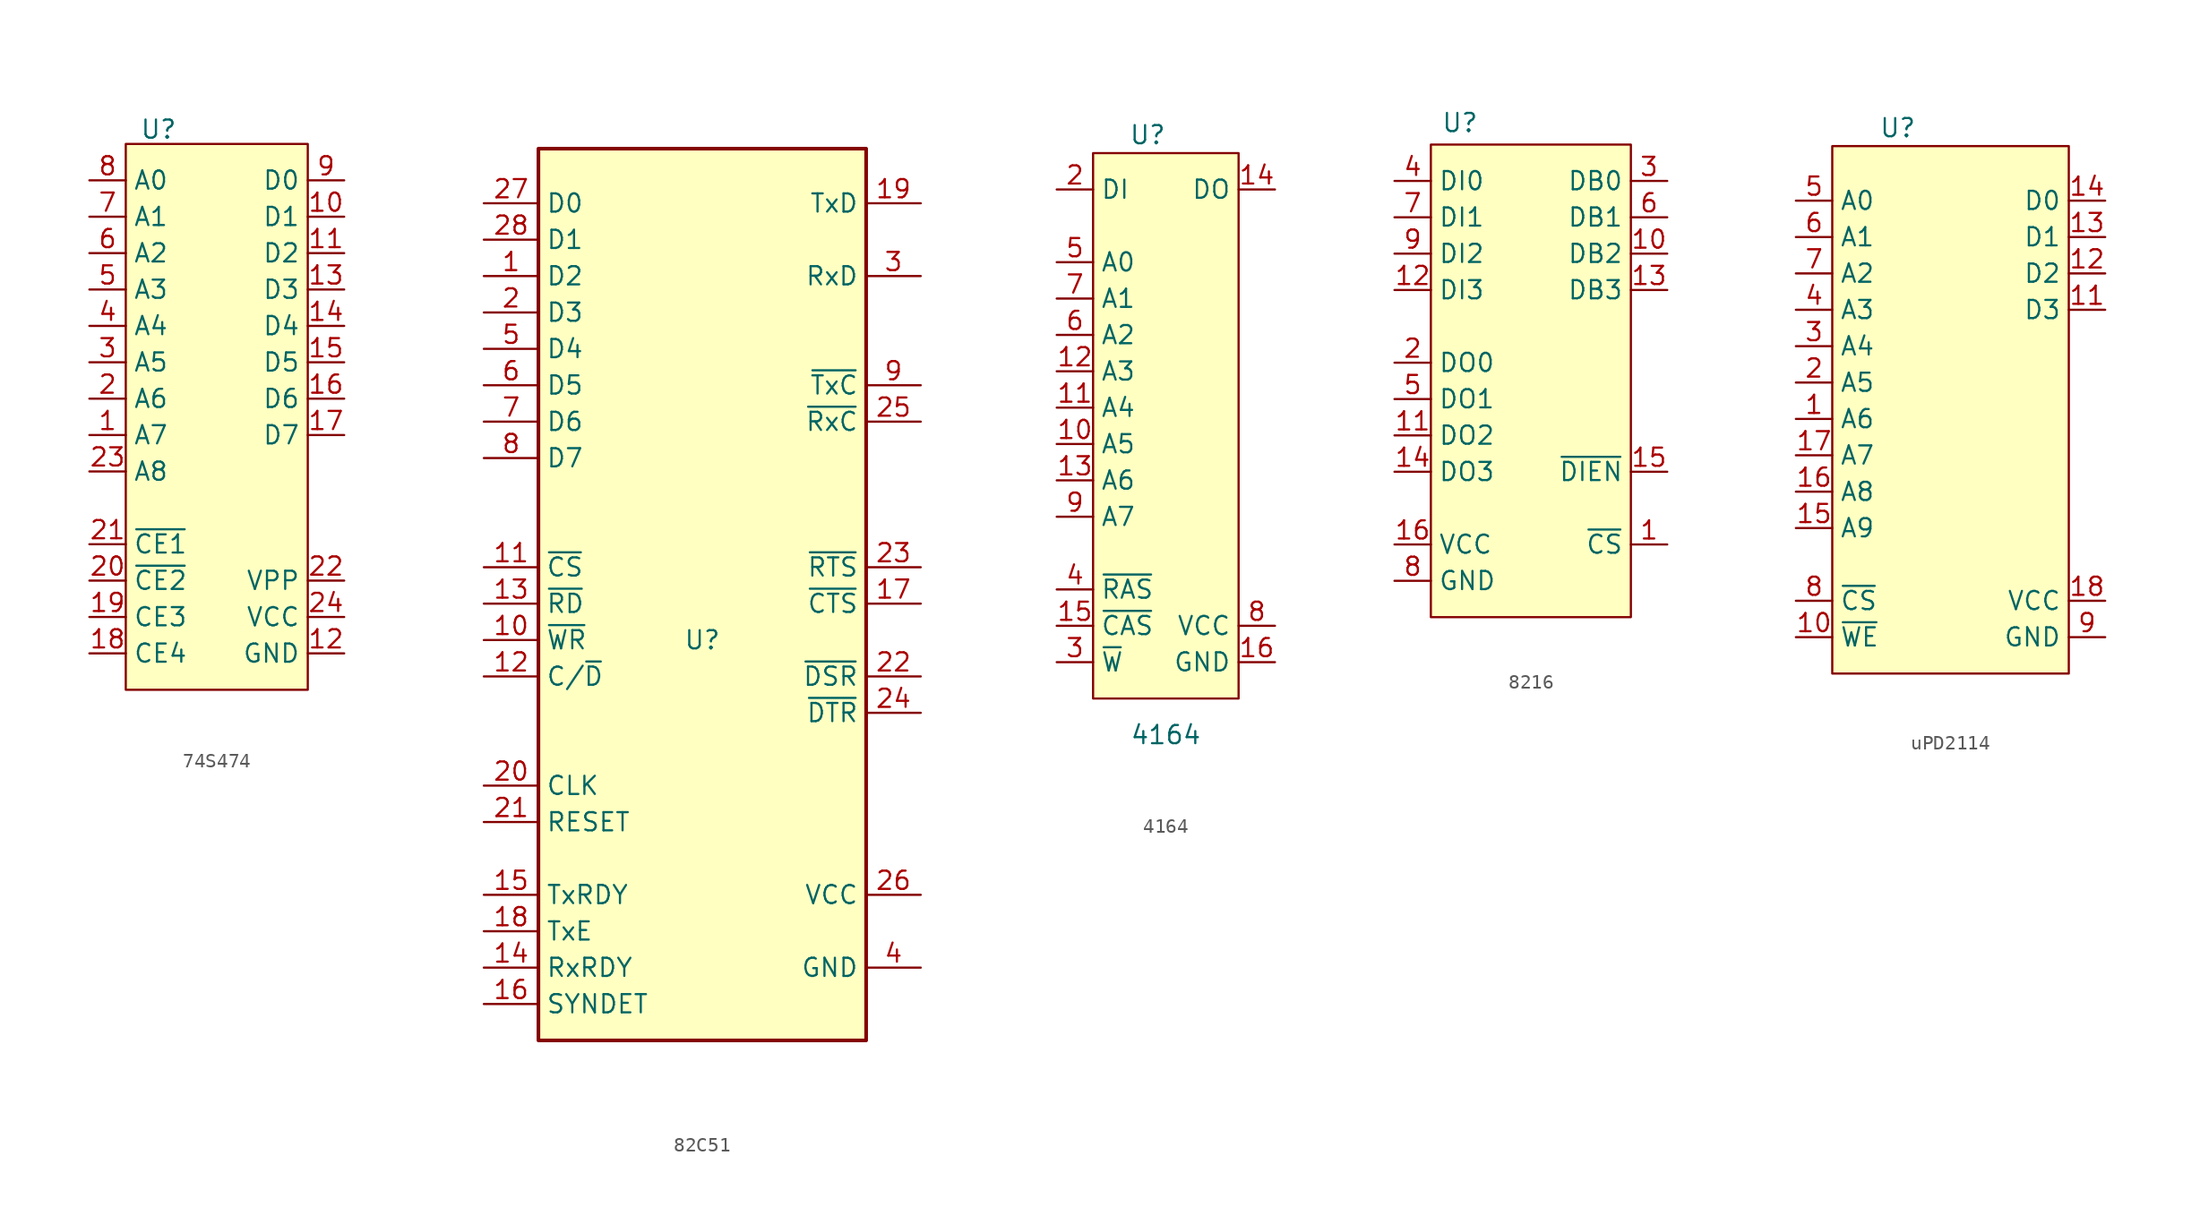
<source format=kicad_sym>
(kicad_symbol_lib
  (version 20231120)
  (generator "kicad_symbol_editor")
  (generator_version "8.0")
  (symbol "74S474"
    (property "Reference" "U"
      (at 2.286 1.016 0)
      (effects (font (size 1.27 1.27))))
    (property "Value" ""
      (at 0 0 0)
      (effects (font (size 1.27 1.27))))
    (symbol "74S474_1_1"
      (rectangle (start 0 0) (end 12.7 -38.1) (stroke (width 0) (type default)) (fill (type background)))
      (pin input line (at -2.54 -20.32 0) (length 2.54) (name "A7" (effects (font (size 1.27 1.27)))) (number "1" (effects (font (size 1.27 1.27)))))
      (pin output line (at 15.24 -5.08 180) (length 2.54) (name "D1" (effects (font (size 1.27 1.27)))) (number "10" (effects (font (size 1.27 1.27)))))
      (pin output line (at 15.24 -7.62 180) (length 2.54) (name "D2" (effects (font (size 1.27 1.27)))) (number "11" (effects (font (size 1.27 1.27)))))
      (pin power_in line (at 15.24 -35.56 180) (length 2.54) (name "GND" (effects (font (size 1.27 1.27)))) (number "12" (effects (font (size 1.27 1.27)))))
      (pin output line (at 15.24 -10.16 180) (length 2.54) (name "D3" (effects (font (size 1.27 1.27)))) (number "13" (effects (font (size 1.27 1.27)))))
      (pin output line (at 15.24 -12.7 180) (length 2.54) (name "D4" (effects (font (size 1.27 1.27)))) (number "14" (effects (font (size 1.27 1.27)))))
      (pin output line (at 15.24 -15.24 180) (length 2.54) (name "D5" (effects (font (size 1.27 1.27)))) (number "15" (effects (font (size 1.27 1.27)))))
      (pin output line (at 15.24 -17.78 180) (length 2.54) (name "D6" (effects (font (size 1.27 1.27)))) (number "16" (effects (font (size 1.27 1.27)))))
      (pin output line (at 15.24 -20.32 180) (length 2.54) (name "D7" (effects (font (size 1.27 1.27)))) (number "17" (effects (font (size 1.27 1.27)))))
      (pin input line (at -2.54 -35.56 0) (length 2.54) (name "CE4" (effects (font (size 1.27 1.27)))) (number "18" (effects (font (size 1.27 1.27)))))
      (pin input line (at -2.54 -33.02 0) (length 2.54) (name "CE3" (effects (font (size 1.27 1.27)))) (number "19" (effects (font (size 1.27 1.27)))))
      (pin input line (at -2.54 -17.78 0) (length 2.54) (name "A6" (effects (font (size 1.27 1.27)))) (number "2" (effects (font (size 1.27 1.27)))))
      (pin input line (at -2.54 -30.48 0) (length 2.54) (name "~{CE2}" (effects (font (size 1.27 1.27)))) (number "20" (effects (font (size 1.27 1.27)))))
      (pin input line (at -2.54 -27.94 0) (length 2.54) (name "~{CE1}" (effects (font (size 1.27 1.27)))) (number "21" (effects (font (size 1.27 1.27)))))
      (pin power_in line (at 15.24 -30.48 180) (length 2.54) (name "VPP" (effects (font (size 1.27 1.27)))) (number "22" (effects (font (size 1.27 1.27)))))
      (pin input line (at -2.54 -22.86 0) (length 2.54) (name "A8" (effects (font (size 1.27 1.27)))) (number "23" (effects (font (size 1.27 1.27)))))
      (pin power_in line (at 15.24 -33.02 180) (length 2.54) (name "VCC" (effects (font (size 1.27 1.27)))) (number "24" (effects (font (size 1.27 1.27)))))
      (pin input line (at -2.54 -15.24 0) (length 2.54) (name "A5" (effects (font (size 1.27 1.27)))) (number "3" (effects (font (size 1.27 1.27)))))
      (pin input line (at -2.54 -12.7 0) (length 2.54) (name "A4" (effects (font (size 1.27 1.27)))) (number "4" (effects (font (size 1.27 1.27)))))
      (pin input line (at -2.54 -10.16 0) (length 2.54) (name "A3" (effects (font (size 1.27 1.27)))) (number "5" (effects (font (size 1.27 1.27)))))
      (pin input line (at -2.54 -7.62 0) (length 2.54) (name "A2" (effects (font (size 1.27 1.27)))) (number "6" (effects (font (size 1.27 1.27)))))
      (pin input line (at -2.54 -5.08 0) (length 2.54) (name "A1" (effects (font (size 1.27 1.27)))) (number "7" (effects (font (size 1.27 1.27)))))
      (pin input line (at -2.54 -2.54 0) (length 2.54) (name "A0" (effects (font (size 1.27 1.27)))) (number "8" (effects (font (size 1.27 1.27)))))
      (pin output line (at 15.24 -2.54 180) (length 2.54) (name "D0" (effects (font (size 1.27 1.27)))) (number "9" (effects (font (size 1.27 1.27)))))))
  (symbol "82C51"
    (property "Reference" "U"
      (at 0 0 0)
      (effects (font (size 1.27 1.27))))
    (property "Value" ""
      (at 0 0 0)
      (effects (font (size 1.27 1.27))))
    (symbol "82C51_1_1"
      (rectangle (start -11.43 34.29) (end 11.43 -27.94) (stroke (width 0.254) (type default)) (fill (type background)))
      (pin bidirectional line (at -15.24 25.4 0) (length 3.81) (name "D2" (effects (font (size 1.27 1.27)))) (number "1" (effects (font (size 1.27 1.27)))))
      (pin input line (at -15.24 0 0) (length 3.81) (name "~{WR}" (effects (font (size 1.27 1.27)))) (number "10" (effects (font (size 1.27 1.27)))))
      (pin input line (at -15.24 5.08 0) (length 3.81) (name "~{CS}" (effects (font (size 1.27 1.27)))) (number "11" (effects (font (size 1.27 1.27)))))
      (pin input line (at -15.24 -2.54 0) (length 3.81) (name "C/~{D}" (effects (font (size 1.27 1.27)))) (number "12" (effects (font (size 1.27 1.27)))))
      (pin input line (at -15.24 2.54 0) (length 3.81) (name "~{RD}" (effects (font (size 1.27 1.27)))) (number "13" (effects (font (size 1.27 1.27)))))
      (pin output line (at -15.24 -22.86 0) (length 3.81) (name "RxRDY" (effects (font (size 1.27 1.27)))) (number "14" (effects (font (size 1.27 1.27)))))
      (pin output line (at -15.24 -17.78 0) (length 3.81) (name "TxRDY" (effects (font (size 1.27 1.27)))) (number "15" (effects (font (size 1.27 1.27)))))
      (pin bidirectional line (at -15.24 -25.4 0) (length 3.81) (name "SYNDET" (effects (font (size 1.27 1.27)))) (number "16" (effects (font (size 1.27 1.27)))))
      (pin input line (at 15.24 2.54 180) (length 3.81) (name "~{CTS}" (effects (font (size 1.27 1.27)))) (number "17" (effects (font (size 1.27 1.27)))))
      (pin output line (at -15.24 -20.32 0) (length 3.81) (name "TxE" (effects (font (size 1.27 1.27)))) (number "18" (effects (font (size 1.27 1.27)))))
      (pin output line (at 15.24 30.48 180) (length 3.81) (name "TxD" (effects (font (size 1.27 1.27)))) (number "19" (effects (font (size 1.27 1.27)))))
      (pin bidirectional line (at -15.24 22.86 0) (length 3.81) (name "D3" (effects (font (size 1.27 1.27)))) (number "2" (effects (font (size 1.27 1.27)))))
      (pin input line (at -15.24 -10.16 0) (length 3.81) (name "CLK" (effects (font (size 1.27 1.27)))) (number "20" (effects (font (size 1.27 1.27)))))
      (pin input line (at -15.24 -12.7 0) (length 3.81) (name "RESET" (effects (font (size 1.27 1.27)))) (number "21" (effects (font (size 1.27 1.27)))))
      (pin input line (at 15.24 -2.54 180) (length 3.81) (name "~{DSR}" (effects (font (size 1.27 1.27)))) (number "22" (effects (font (size 1.27 1.27)))))
      (pin output line (at 15.24 5.08 180) (length 3.81) (name "~{RTS}" (effects (font (size 1.27 1.27)))) (number "23" (effects (font (size 1.27 1.27)))))
      (pin output line (at 15.24 -5.08 180) (length 3.81) (name "~{DTR}" (effects (font (size 1.27 1.27)))) (number "24" (effects (font (size 1.27 1.27)))))
      (pin input line (at 15.24 15.24 180) (length 3.81) (name "~{RxC}" (effects (font (size 1.27 1.27)))) (number "25" (effects (font (size 1.27 1.27)))))
      (pin power_in line (at 15.24 -17.78 180) (length 3.81) (name "VCC" (effects (font (size 1.27 1.27)))) (number "26" (effects (font (size 1.27 1.27)))))
      (pin bidirectional line (at -15.24 30.48 0) (length 3.81) (name "D0" (effects (font (size 1.27 1.27)))) (number "27" (effects (font (size 1.27 1.27)))))
      (pin bidirectional line (at -15.24 27.94 0) (length 3.81) (name "D1" (effects (font (size 1.27 1.27)))) (number "28" (effects (font (size 1.27 1.27)))))
      (pin input line (at 15.24 25.4 180) (length 3.81) (name "RxD" (effects (font (size 1.27 1.27)))) (number "3" (effects (font (size 1.27 1.27)))))
      (pin power_in line (at 15.24 -22.86 180) (length 3.81) (name "GND" (effects (font (size 1.27 1.27)))) (number "4" (effects (font (size 1.27 1.27)))))
      (pin bidirectional line (at -15.24 20.32 0) (length 3.81) (name "D4" (effects (font (size 1.27 1.27)))) (number "5" (effects (font (size 1.27 1.27)))))
      (pin bidirectional line (at -15.24 17.78 0) (length 3.81) (name "D5" (effects (font (size 1.27 1.27)))) (number "6" (effects (font (size 1.27 1.27)))))
      (pin bidirectional line (at -15.24 15.24 0) (length 3.81) (name "D6" (effects (font (size 1.27 1.27)))) (number "7" (effects (font (size 1.27 1.27)))))
      (pin bidirectional line (at -15.24 12.7 0) (length 3.81) (name "D7" (effects (font (size 1.27 1.27)))) (number "8" (effects (font (size 1.27 1.27)))))
      (pin input line (at 15.24 17.78 180) (length 3.81) (name "~{TxC}" (effects (font (size 1.27 1.27)))) (number "9" (effects (font (size 1.27 1.27)))))))
  (symbol "4164"
    (property "Reference" "U"
      (at 3.81 1.27 0)
      (effects (font (size 1.27 1.27))))
    (property "Value" "4164"
      (at 5.08 -40.64 0)
      (effects (font (size 1.27 1.27))))
    (symbol "4164_1_1"
      (rectangle (start 0 0) (end 10.16 -38.1) (stroke (width 0) (type solid)) (fill (type background)))
      (pin no_connect line (at 12.7 -7.62 180) (length 2.54) hide (name "NC1" (effects (font (size 1.27 1.27)))) (number "1" (effects (font (size 1.27 1.27)))))
      (pin input line (at -2.54 -20.32 0) (length 2.54) (name "A5" (effects (font (size 1.27 1.27)))) (number "10" (effects (font (size 1.27 1.27)))))
      (pin input line (at -2.54 -17.78 0) (length 2.54) (name "A4" (effects (font (size 1.27 1.27)))) (number "11" (effects (font (size 1.27 1.27)))))
      (pin input line (at -2.54 -15.24 0) (length 2.54) (name "A3" (effects (font (size 1.27 1.27)))) (number "12" (effects (font (size 1.27 1.27)))))
      (pin input line (at -2.54 -22.86 0) (length 2.54) (name "A6" (effects (font (size 1.27 1.27)))) (number "13" (effects (font (size 1.27 1.27)))))
      (pin output line (at 12.7 -2.54 180) (length 2.54) (name "DO" (effects (font (size 1.27 1.27)))) (number "14" (effects (font (size 1.27 1.27)))))
      (pin input line (at -2.54 -33.02 0) (length 2.54) (name "~{CAS}" (effects (font (size 1.27 1.27)))) (number "15" (effects (font (size 1.27 1.27)))))
      (pin power_in line (at 12.7 -35.56 180) (length 2.54) (name "GND" (effects (font (size 1.27 1.27)))) (number "16" (effects (font (size 1.27 1.27)))))
      (pin input line (at -2.54 -2.54 0) (length 2.54) (name "DI" (effects (font (size 1.27 1.27)))) (number "2" (effects (font (size 1.27 1.27)))))
      (pin input line (at -2.54 -35.56 0) (length 2.54) (name "~{W}" (effects (font (size 1.27 1.27)))) (number "3" (effects (font (size 1.27 1.27)))))
      (pin input line (at -2.54 -30.48 0) (length 2.54) (name "~{RAS}" (effects (font (size 1.27 1.27)))) (number "4" (effects (font (size 1.27 1.27)))))
      (pin input line (at -2.54 -7.62 0) (length 2.54) (name "A0" (effects (font (size 1.27 1.27)))) (number "5" (effects (font (size 1.27 1.27)))))
      (pin input line (at -2.54 -12.7 0) (length 2.54) (name "A2" (effects (font (size 1.27 1.27)))) (number "6" (effects (font (size 1.27 1.27)))))
      (pin input line (at -2.54 -10.16 0) (length 2.54) (name "A1" (effects (font (size 1.27 1.27)))) (number "7" (effects (font (size 1.27 1.27)))))
      (pin power_in line (at 12.7 -33.02 180) (length 2.54) (name "VCC" (effects (font (size 1.27 1.27)))) (number "8" (effects (font (size 1.27 1.27)))))
      (pin input line (at -2.54 -25.4 0) (length 2.54) (name "A7" (effects (font (size 1.27 1.27)))) (number "9" (effects (font (size 1.27 1.27)))))))
  (symbol "8216"
    (property "Reference" "U"
      (at 2.032 1.524 0)
      (effects (font (size 1.27 1.27))))
    (property "Value" ""
      (at 0 0 0)
      (effects (font (size 1.27 1.27))))
    (symbol "8216_1_1"
      (rectangle (start 0 0) (end 13.97 -33.02) (stroke (width 0) (type default)) (fill (type background)))
      (pin input line (at 16.51 -27.94 180) (length 2.54) (name "~{CS}" (effects (font (size 1.27 1.27)))) (number "1" (effects (font (size 1.27 1.27)))))
      (pin bidirectional line (at 16.51 -7.62 180) (length 2.54) (name "DB2" (effects (font (size 1.27 1.27)))) (number "10" (effects (font (size 1.27 1.27)))))
      (pin output line (at -2.54 -20.32 0) (length 2.54) (name "DO2" (effects (font (size 1.27 1.27)))) (number "11" (effects (font (size 1.27 1.27)))))
      (pin input line (at -2.54 -10.16 0) (length 2.54) (name "DI3" (effects (font (size 1.27 1.27)))) (number "12" (effects (font (size 1.27 1.27)))))
      (pin bidirectional line (at 16.51 -10.16 180) (length 2.54) (name "DB3" (effects (font (size 1.27 1.27)))) (number "13" (effects (font (size 1.27 1.27)))))
      (pin output line (at -2.54 -22.86 0) (length 2.54) (name "DO3" (effects (font (size 1.27 1.27)))) (number "14" (effects (font (size 1.27 1.27)))))
      (pin input line (at 16.51 -22.86 180) (length 2.54) (name "~{DIEN}" (effects (font (size 1.27 1.27)))) (number "15" (effects (font (size 1.27 1.27)))))
      (pin power_in line (at -2.54 -27.94 0) (length 2.54) (name "VCC" (effects (font (size 1.27 1.27)))) (number "16" (effects (font (size 1.27 1.27)))))
      (pin output line (at -2.54 -15.24 0) (length 2.54) (name "DO0" (effects (font (size 1.27 1.27)))) (number "2" (effects (font (size 1.27 1.27)))))
      (pin bidirectional line (at 16.51 -2.54 180) (length 2.54) (name "DB0" (effects (font (size 1.27 1.27)))) (number "3" (effects (font (size 1.27 1.27)))))
      (pin input line (at -2.54 -2.54 0) (length 2.54) (name "DI0" (effects (font (size 1.27 1.27)))) (number "4" (effects (font (size 1.27 1.27)))))
      (pin output line (at -2.54 -17.78 0) (length 2.54) (name "DO1" (effects (font (size 1.27 1.27)))) (number "5" (effects (font (size 1.27 1.27)))))
      (pin bidirectional line (at 16.51 -5.08 180) (length 2.54) (name "DB1" (effects (font (size 1.27 1.27)))) (number "6" (effects (font (size 1.27 1.27)))))
      (pin input line (at -2.54 -5.08 0) (length 2.54) (name "DI1" (effects (font (size 1.27 1.27)))) (number "7" (effects (font (size 1.27 1.27)))))
      (pin power_in line (at -2.54 -30.48 0) (length 2.54) (name "GND" (effects (font (size 1.27 1.27)))) (number "8" (effects (font (size 1.27 1.27)))))
      (pin input line (at -2.54 -7.62 0) (length 2.54) (name "DI2" (effects (font (size 1.27 1.27)))) (number "9" (effects (font (size 1.27 1.27)))))))
  (symbol "uPD2114"
    (property "Reference" "U"
      (at 4.572 1.27 0)
      (effects (font (size 1.27 1.27))))
    (property "Value" ""
      (at 0 0 0)
      (effects (font (size 1.27 1.27))))
    (symbol "uPD2114_1_1"
      (rectangle (start 0 0) (end 16.51 -36.83) (stroke (width 0) (type default)) (fill (type background)))
      (pin input line (at -2.54 -19.05 0) (length 2.54) (name "A6" (effects (font (size 1.27 1.27)))) (number "1" (effects (font (size 1.27 1.27)))))
      (pin input line (at -2.54 -34.29 0) (length 2.54) (name "~{WE}" (effects (font (size 1.27 1.27)))) (number "10" (effects (font (size 1.27 1.27)))))
      (pin bidirectional line (at 19.05 -11.43 180) (length 2.54) (name "D3" (effects (font (size 1.27 1.27)))) (number "11" (effects (font (size 1.27 1.27)))))
      (pin bidirectional line (at 19.05 -8.89 180) (length 2.54) (name "D2" (effects (font (size 1.27 1.27)))) (number "12" (effects (font (size 1.27 1.27)))))
      (pin bidirectional line (at 19.05 -6.35 180) (length 2.54) (name "D1" (effects (font (size 1.27 1.27)))) (number "13" (effects (font (size 1.27 1.27)))))
      (pin bidirectional line (at 19.05 -3.81 180) (length 2.54) (name "D0" (effects (font (size 1.27 1.27)))) (number "14" (effects (font (size 1.27 1.27)))))
      (pin input line (at -2.54 -26.67 0) (length 2.54) (name "A9" (effects (font (size 1.27 1.27)))) (number "15" (effects (font (size 1.27 1.27)))))
      (pin input line (at -2.54 -24.13 0) (length 2.54) (name "A8" (effects (font (size 1.27 1.27)))) (number "16" (effects (font (size 1.27 1.27)))))
      (pin input line (at -2.54 -21.59 0) (length 2.54) (name "A7" (effects (font (size 1.27 1.27)))) (number "17" (effects (font (size 1.27 1.27)))))
      (pin power_in line (at 19.05 -31.75 180) (length 2.54) (name "VCC" (effects (font (size 1.27 1.27)))) (number "18" (effects (font (size 1.27 1.27)))))
      (pin input line (at -2.54 -16.51 0) (length 2.54) (name "A5" (effects (font (size 1.27 1.27)))) (number "2" (effects (font (size 1.27 1.27)))))
      (pin input line (at -2.54 -13.97 0) (length 2.54) (name "A4" (effects (font (size 1.27 1.27)))) (number "3" (effects (font (size 1.27 1.27)))))
      (pin input line (at -2.54 -11.43 0) (length 2.54) (name "A3" (effects (font (size 1.27 1.27)))) (number "4" (effects (font (size 1.27 1.27)))))
      (pin input line (at -2.54 -3.81 0) (length 2.54) (name "A0" (effects (font (size 1.27 1.27)))) (number "5" (effects (font (size 1.27 1.27)))))
      (pin input line (at -2.54 -6.35 0) (length 2.54) (name "A1" (effects (font (size 1.27 1.27)))) (number "6" (effects (font (size 1.27 1.27)))))
      (pin input line (at -2.54 -8.89 0) (length 2.54) (name "A2" (effects (font (size 1.27 1.27)))) (number "7" (effects (font (size 1.27 1.27)))))
      (pin input line (at -2.54 -31.75 0) (length 2.54) (name "~{CS}" (effects (font (size 1.27 1.27)))) (number "8" (effects (font (size 1.27 1.27)))))
      (pin power_in line (at 19.05 -34.29 180) (length 2.54) (name "GND" (effects (font (size 1.27 1.27)))) (number "9" (effects (font (size 1.27 1.27))))))))
</source>
